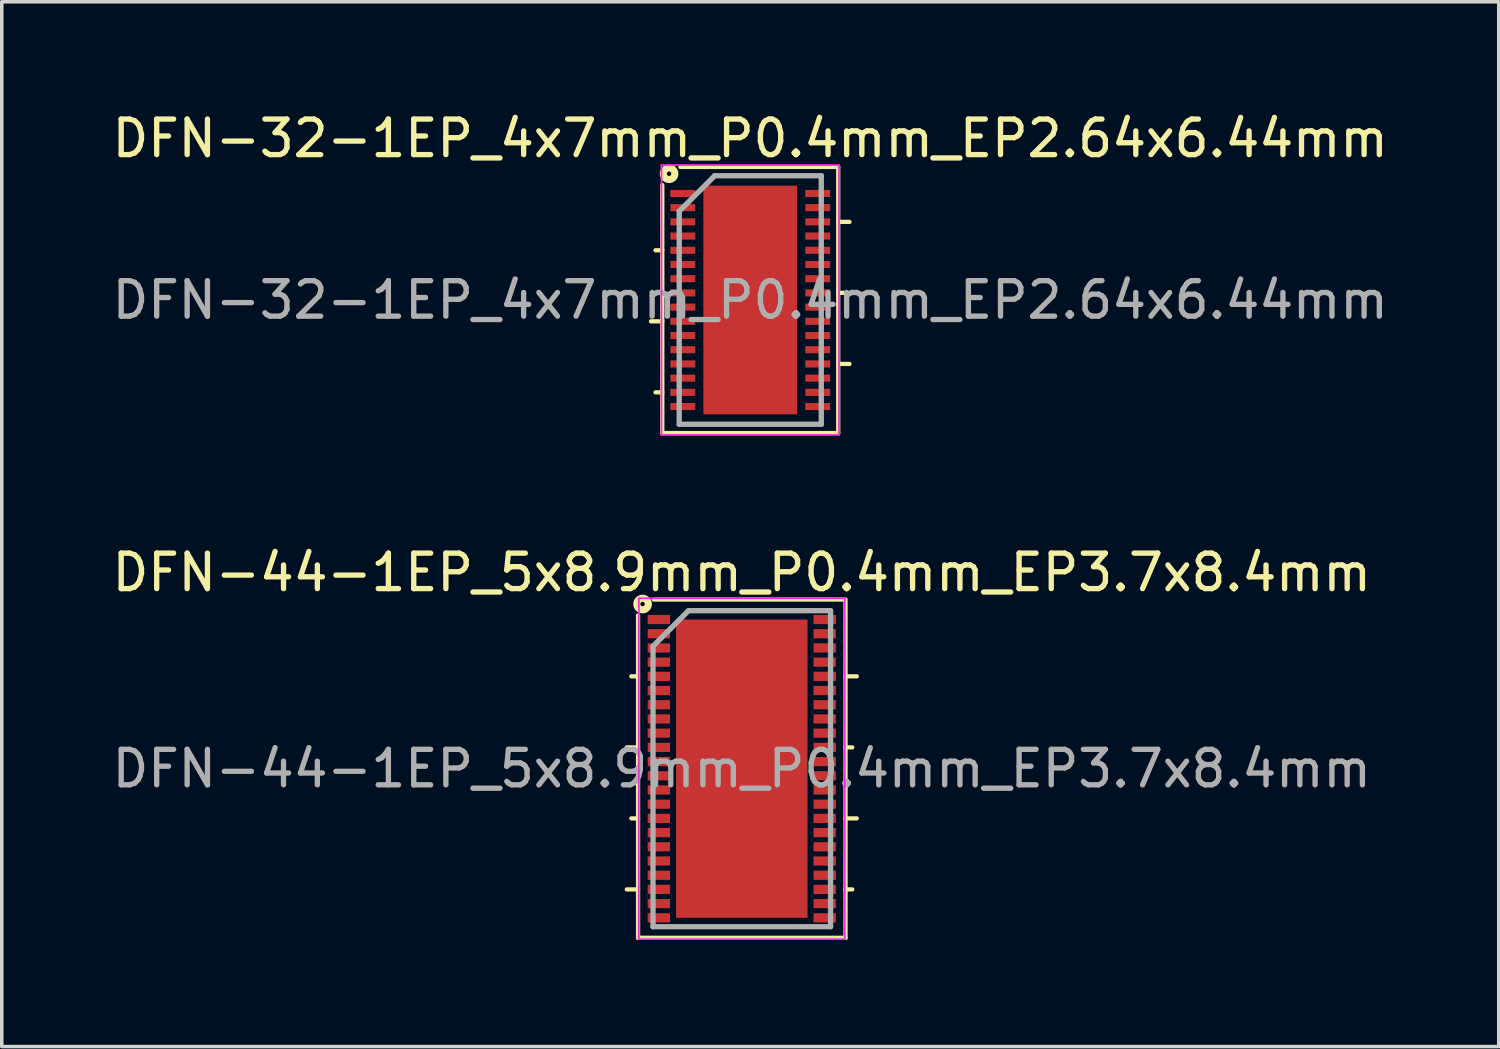
<source format=kicad_pcb>
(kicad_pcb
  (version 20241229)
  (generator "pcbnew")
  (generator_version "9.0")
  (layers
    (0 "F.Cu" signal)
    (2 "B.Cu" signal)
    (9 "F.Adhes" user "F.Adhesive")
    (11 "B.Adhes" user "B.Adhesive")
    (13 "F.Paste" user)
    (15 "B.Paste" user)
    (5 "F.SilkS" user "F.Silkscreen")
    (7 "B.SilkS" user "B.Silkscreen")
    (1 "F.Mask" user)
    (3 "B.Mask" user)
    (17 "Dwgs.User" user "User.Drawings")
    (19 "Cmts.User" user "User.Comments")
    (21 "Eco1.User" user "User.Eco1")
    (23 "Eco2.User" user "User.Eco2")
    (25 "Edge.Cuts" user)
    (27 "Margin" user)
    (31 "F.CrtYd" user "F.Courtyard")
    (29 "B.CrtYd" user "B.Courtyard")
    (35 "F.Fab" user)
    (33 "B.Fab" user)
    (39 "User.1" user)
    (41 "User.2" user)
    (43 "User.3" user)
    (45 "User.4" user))
  (footprint "DFN-44-1EP_5x8.9mm_P0.4mm_EP3.7x8.4mm"
    (layer "F.Cu")
    (at 17.839 18.596)
    (property "Reference" "DFN-44-1EP_5x8.9mm_P0.4mm_EP3.7x8.4mm" (at 0 -5.525 0) (layer "F.SilkS") (effects (font (size 1 1) (thickness 0.15))))
    (attr smd)
    (fp_line (start -2.921 -2.6) (end -3.111 -2.6) (stroke (width 0.12) (type solid)) (layer "F.SilkS"))
    (fp_line (start -2.921 -0.6) (end -3.239 -0.6) (stroke (width 0.12) (type solid)) (layer "F.SilkS"))
    (fp_line (start -2.921 1.4) (end -3.111 1.4) (stroke (width 0.12) (type solid)) (layer "F.SilkS"))
    (fp_line (start -2.921 3.4) (end -3.239 3.4) (stroke (width 0.12) (type solid)) (layer "F.SilkS"))
    (fp_line (start -2.921 4.763) (end -2.921 -4.318) (stroke (width 0.12) (type solid)) (layer "F.SilkS"))
    (fp_line (start -2.857 4.763) (end -2.921 4.763) (stroke (width 0.12) (type solid)) (layer "F.SilkS"))
    (fp_line (start -2.477 -4.763) (end 2.857 -4.763) (stroke (width 0.12) (type solid)) (layer "F.SilkS"))
    (fp_line (start 2.921 -4.763) (end 2.921 4.763) (stroke (width 0.12) (type solid)) (layer "F.SilkS"))
    (fp_line (start 2.921 -2.6) (end 3.239 -2.6) (stroke (width 0.12) (type solid)) (layer "F.SilkS"))
    (fp_line (start 2.921 -0.6) (end 3.111 -0.6) (stroke (width 0.12) (type solid)) (layer "F.SilkS"))
    (fp_line (start 2.921 1.4) (end 3.239 1.4) (stroke (width 0.12) (type solid)) (layer "F.SilkS"))
    (fp_line (start 2.921 3.4) (end 3.111 3.4) (stroke (width 0.12) (type solid)) (layer "F.SilkS"))
    (fp_line (start 2.921 4.763) (end -2.857 4.763) (stroke (width 0.12) (type solid)) (layer "F.SilkS"))
    (fp_circle (center -2.794 -4.636) (end -2.731 -4.636) (stroke (width 0.2) (type solid)) (fill no) (layer "F.SilkS"))
    (fp_line (start -2.9 -4.8) (end -2.9 4.8) (stroke (width 0.05) (type solid)) (layer "F.CrtYd"))
    (fp_line (start -2.9 -4.8) (end 2.9 -4.8) (stroke (width 0.05) (type solid)) (layer "F.CrtYd"))
    (fp_line (start -2.9 4.8) (end 2.9 4.8) (stroke (width 0.05) (type solid)) (layer "F.CrtYd"))
    (fp_line (start 2.9 -4.8) (end 2.9 4.8) (stroke (width 0.05) (type solid)) (layer "F.CrtYd"))
    (fp_line (start -2.5 -3.45) (end -1.5 -4.45) (stroke (width 0.15) (type solid)) (layer "F.Fab"))
    (fp_line (start -2.5 4.45) (end -2.5 -3.45) (stroke (width 0.15) (type solid)) (layer "F.Fab"))
    (fp_line (start -1.5 -4.45) (end 2.5 -4.45) (stroke (width 0.15) (type solid)) (layer "F.Fab"))
    (fp_line (start 2.5 -4.45) (end 2.5 4.45) (stroke (width 0.15) (type solid)) (layer "F.Fab"))
    (fp_line (start 2.5 4.45) (end -2.5 4.45) (stroke (width 0.15) (type solid)) (layer "F.Fab"))
    (fp_text user "${REFERENCE}" (at 0 0 0) (layer "F.Fab") (effects (font (size 1 1) (thickness 0.15))))
    (pad "" smd rect (at -1.2 -3.5) (size 0.98 1.15) (layers "F.Paste"))
    (pad "" smd rect (at -1.2 -2.1) (size 0.98 1.15) (layers "F.Paste"))
    (pad "" smd rect (at -1.2 -0.7) (size 0.98 1.15) (layers "F.Paste"))
    (pad "" smd rect (at -1.2 0.7) (size 0.98 1.15) (layers "F.Paste"))
    (pad "" smd rect (at -1.2 2.1) (size 0.98 1.15) (layers "F.Paste"))
    (pad "" smd rect (at -1.2 3.5) (size 0.98 1.15) (layers "F.Paste"))
    (pad "" smd rect (at 0 -3.5) (size 0.98 1.15) (layers "F.Paste"))
    (pad "" smd rect (at 0 -2.1) (size 0.98 1.15) (layers "F.Paste"))
    (pad "" smd rect (at 0 -0.7) (size 0.98 1.15) (layers "F.Paste"))
    (pad "" smd rect (at 0 0.7) (size 0.98 1.15) (layers "F.Paste"))
    (pad "" smd rect (at 0 2.1) (size 0.98 1.15) (layers "F.Paste"))
    (pad "" smd rect (at 0 3.5) (size 0.98 1.15) (layers "F.Paste"))
    (pad "" smd rect (at 1.2 -3.5) (size 0.98 1.15) (layers "F.Paste"))
    (pad "" smd rect (at 1.2 -2.1) (size 0.98 1.15) (layers "F.Paste"))
    (pad "" smd rect (at 1.2 -0.7) (size 0.98 1.15) (layers "F.Paste"))
    (pad "" smd rect (at 1.2 0.7) (size 0.98 1.15) (layers "F.Paste"))
    (pad "" smd rect (at 1.2 2.1) (size 0.98 1.15) (layers "F.Paste"))
    (pad "" smd rect (at 1.2 3.5) (size 0.98 1.15) (layers "F.Paste"))
    (pad "1" smd rect (at -2.335 -4.2) (size 0.63 0.26) (layers "F.Cu" "F.Mask" "F.Paste"))
    (pad "2" smd rect (at -2.335 -3.8) (size 0.63 0.26) (layers "F.Cu" "F.Mask" "F.Paste"))
    (pad "3" smd rect (at -2.335 -3.4) (size 0.63 0.26) (layers "F.Cu" "F.Mask" "F.Paste"))
    (pad "4" smd rect (at -2.335 -3) (size 0.63 0.26) (layers "F.Cu" "F.Mask" "F.Paste"))
    (pad "5" smd rect (at -2.335 -2.6) (size 0.63 0.26) (layers "F.Cu" "F.Mask" "F.Paste"))
    (pad "6" smd rect (at -2.335 -2.2) (size 0.63 0.26) (layers "F.Cu" "F.Mask" "F.Paste"))
    (pad "7" smd rect (at -2.335 -1.8) (size 0.63 0.26) (layers "F.Cu" "F.Mask" "F.Paste"))
    (pad "8" smd rect (at -2.335 -1.4) (size 0.63 0.26) (layers "F.Cu" "F.Mask" "F.Paste"))
    (pad "9" smd rect (at -2.335 -1) (size 0.63 0.26) (layers "F.Cu" "F.Mask" "F.Paste"))
    (pad "10" smd rect (at -2.335 -0.6) (size 0.63 0.26) (layers "F.Cu" "F.Mask" "F.Paste"))
    (pad "11" smd rect (at -2.335 -0.2) (size 0.63 0.26) (layers "F.Cu" "F.Mask" "F.Paste"))
    (pad "12" smd rect (at -2.335 0.2) (size 0.63 0.26) (layers "F.Cu" "F.Mask" "F.Paste"))
    (pad "13" smd rect (at -2.335 0.6) (size 0.63 0.26) (layers "F.Cu" "F.Mask" "F.Paste"))
    (pad "14" smd rect (at -2.335 1) (size 0.63 0.26) (layers "F.Cu" "F.Mask" "F.Paste"))
    (pad "15" smd rect (at -2.335 1.4) (size 0.63 0.26) (layers "F.Cu" "F.Mask" "F.Paste"))
    (pad "16" smd rect (at -2.335 1.8) (size 0.63 0.26) (layers "F.Cu" "F.Mask" "F.Paste"))
    (pad "17" smd rect (at -2.335 2.2) (size 0.63 0.26) (layers "F.Cu" "F.Mask" "F.Paste"))
    (pad "18" smd rect (at -2.335 2.6) (size 0.63 0.26) (layers "F.Cu" "F.Mask" "F.Paste"))
    (pad "19" smd rect (at -2.335 3) (size 0.63 0.26) (layers "F.Cu" "F.Mask" "F.Paste"))
    (pad "20" smd rect (at -2.335 3.4) (size 0.63 0.26) (layers "F.Cu" "F.Mask" "F.Paste"))
    (pad "21" smd rect (at -2.335 3.8) (size 0.63 0.26) (layers "F.Cu" "F.Mask" "F.Paste"))
    (pad "22" smd rect (at -2.335 4.2) (size 0.63 0.26) (layers "F.Cu" "F.Mask" "F.Paste"))
    (pad "23" smd rect (at 2.335 4.2) (size 0.63 0.26) (layers "F.Cu" "F.Mask" "F.Paste"))
    (pad "24" smd rect (at 2.335 3.8) (size 0.63 0.26) (layers "F.Cu" "F.Mask" "F.Paste"))
    (pad "25" smd rect (at 2.335 3.4) (size 0.63 0.26) (layers "F.Cu" "F.Mask" "F.Paste"))
    (pad "26" smd rect (at 2.335 3) (size 0.63 0.26) (layers "F.Cu" "F.Mask" "F.Paste"))
    (pad "27" smd rect (at 2.335 2.6) (size 0.63 0.26) (layers "F.Cu" "F.Mask" "F.Paste"))
    (pad "28" smd rect (at 2.335 2.2) (size 0.63 0.26) (layers "F.Cu" "F.Mask" "F.Paste"))
    (pad "29" smd rect (at 2.335 1.8) (size 0.63 0.26) (layers "F.Cu" "F.Mask" "F.Paste"))
    (pad "30" smd rect (at 2.335 1.4) (size 0.63 0.26) (layers "F.Cu" "F.Mask" "F.Paste"))
    (pad "31" smd rect (at 2.335 1) (size 0.63 0.26) (layers "F.Cu" "F.Mask" "F.Paste"))
    (pad "32" smd rect (at 2.335 0.6) (size 0.63 0.26) (layers "F.Cu" "F.Mask" "F.Paste"))
    (pad "33" smd rect (at 2.335 0.2) (size 0.63 0.26) (layers "F.Cu" "F.Mask" "F.Paste"))
    (pad "34" smd rect (at 2.335 -0.2) (size 0.63 0.26) (layers "F.Cu" "F.Mask" "F.Paste"))
    (pad "35" smd rect (at 2.335 -0.6) (size 0.63 0.26) (layers "F.Cu" "F.Mask" "F.Paste"))
    (pad "36" smd rect (at 2.335 -1) (size 0.63 0.26) (layers "F.Cu" "F.Mask" "F.Paste"))
    (pad "37" smd rect (at 2.335 -1.4) (size 0.63 0.26) (layers "F.Cu" "F.Mask" "F.Paste"))
    (pad "38" smd rect (at 2.335 -1.8) (size 0.63 0.26) (layers "F.Cu" "F.Mask" "F.Paste"))
    (pad "39" smd rect (at 2.335 -2.2) (size 0.63 0.26) (layers "F.Cu" "F.Mask" "F.Paste"))
    (pad "40" smd rect (at 2.335 -2.6) (size 0.63 0.26) (layers "F.Cu" "F.Mask" "F.Paste"))
    (pad "41" smd rect (at 2.335 -3) (size 0.63 0.26) (layers "F.Cu" "F.Mask" "F.Paste"))
    (pad "42" smd rect (at 2.335 -3.4) (size 0.63 0.26) (layers "F.Cu" "F.Mask" "F.Paste"))
    (pad "43" smd rect (at 2.335 -3.8) (size 0.63 0.26) (layers "F.Cu" "F.Mask" "F.Paste"))
    (pad "44" smd rect (at 2.335 -4.2) (size 0.63 0.26) (layers "F.Cu" "F.Mask" "F.Paste"))
    (pad "45" smd rect (at 0 0) (size 3.7 8.4) (layers "F.Cu" "F.Mask")))
  (footprint "DFN-32-1EP_4x7mm_P0.4mm_EP2.64x6.44mm"
    (layer "F.Cu")
    (at 18.077 5.398)
    (property "Reference" "DFN-32-1EP_4x7mm_P0.4mm_EP2.64x6.44mm" (at 0 -4.55 0) (layer "F.SilkS") (effects (font (size 1 1) (thickness 0.15))))
    (attr smd)
    (fp_line (start -2.667 -1.4) (end -2.477 -1.4) (stroke (width 0.12) (type solid)) (layer "F.SilkS"))
    (fp_line (start -2.477 0.6) (end -2.794 0.6) (stroke (width 0.12) (type solid)) (layer "F.SilkS"))
    (fp_line (start -2.477 2.6) (end -2.667 2.6) (stroke (width 0.12) (type solid)) (layer "F.SilkS"))
    (fp_line (start -2.477 3.747) (end -2.477 -3.239) (stroke (width 0.12) (type solid)) (layer "F.SilkS"))
    (fp_line (start -1.968 -3.747) (end 2.477 -3.747) (stroke (width 0.12) (type solid)) (layer "F.SilkS"))
    (fp_line (start 2.477 -3.747) (end 2.477 3.747) (stroke (width 0.12) (type solid)) (layer "F.SilkS"))
    (fp_line (start 2.477 -2.2) (end 2.794 -2.2) (stroke (width 0.12) (type solid)) (layer "F.SilkS"))
    (fp_line (start 2.477 -0.2) (end 2.667 -0.2) (stroke (width 0.12) (type solid)) (layer "F.SilkS"))
    (fp_line (start 2.477 1.8) (end 2.794 1.8) (stroke (width 0.12) (type solid)) (layer "F.SilkS"))
    (fp_line (start 2.477 3.747) (end -2.477 3.747) (stroke (width 0.12) (type solid)) (layer "F.SilkS"))
    (fp_circle (center -2.286 -3.556) (end -2.223 -3.556) (stroke (width 0.2) (type solid)) (fill no) (layer "F.SilkS"))
    (fp_line (start -2.5 -3.8) (end -2.5 3.8) (stroke (width 0.05) (type solid)) (layer "F.CrtYd"))
    (fp_line (start -2.5 -3.8) (end 2.5 -3.8) (stroke (width 0.05) (type solid)) (layer "F.CrtYd"))
    (fp_line (start -2.5 3.8) (end 2.5 3.8) (stroke (width 0.05) (type solid)) (layer "F.CrtYd"))
    (fp_line (start 2.5 -3.8) (end 2.5 3.8) (stroke (width 0.05) (type solid)) (layer "F.CrtYd"))
    (fp_line (start -2 -2.5) (end -1 -3.5) (stroke (width 0.15) (type solid)) (layer "F.Fab"))
    (fp_line (start -2 3.5) (end -2 -2.5) (stroke (width 0.15) (type solid)) (layer "F.Fab"))
    (fp_line (start -1 -3.5) (end 2 -3.5) (stroke (width 0.15) (type solid)) (layer "F.Fab"))
    (fp_line (start 2 -3.5) (end 2 3.5) (stroke (width 0.15) (type solid)) (layer "F.Fab"))
    (fp_line (start 2 3.5) (end -2 3.5) (stroke (width 0.15) (type solid)) (layer "F.Fab"))
    (fp_text user "${REFERENCE}" (at 0 0 0) (layer "F.Fab") (effects (font (size 1 1) (thickness 0.15))))
    (pad "" smd rect (at -0.66 -2.56) (size 1.05 1.05) (layers "F.Paste"))
    (pad "" smd rect (at -0.66 -1.28) (size 1.05 1.05) (layers "F.Paste"))
    (pad "" smd rect (at -0.66 0) (size 1.05 1.05) (layers "F.Paste"))
    (pad "" smd rect (at -0.66 1.28) (size 1.05 1.05) (layers "F.Paste"))
    (pad "" smd rect (at -0.66 2.56) (size 1.05 1.05) (layers "F.Paste"))
    (pad "" smd rect (at 0.66 -2.56) (size 1.05 1.05) (layers "F.Paste"))
    (pad "" smd rect (at 0.66 -1.28) (size 1.05 1.05) (layers "F.Paste"))
    (pad "" smd rect (at 0.66 0) (size 1.05 1.05) (layers "F.Paste"))
    (pad "" smd rect (at 0.66 1.28) (size 1.05 1.05) (layers "F.Paste"))
    (pad "" smd rect (at 0.66 2.56) (size 1.05 1.05) (layers "F.Paste"))
    (pad "1" smd rect (at -1.9 -3) (size 0.7 0.2) (layers "F.Cu" "F.Mask" "F.Paste"))
    (pad "2" smd rect (at -1.9 -2.6) (size 0.7 0.2) (layers "F.Cu" "F.Mask" "F.Paste"))
    (pad "3" smd rect (at -1.9 -2.2) (size 0.7 0.2) (layers "F.Cu" "F.Mask" "F.Paste"))
    (pad "4" smd rect (at -1.9 -1.8) (size 0.7 0.2) (layers "F.Cu" "F.Mask" "F.Paste"))
    (pad "5" smd rect (at -1.9 -1.4) (size 0.7 0.2) (layers "F.Cu" "F.Mask" "F.Paste"))
    (pad "6" smd rect (at -1.9 -1) (size 0.7 0.2) (layers "F.Cu" "F.Mask" "F.Paste"))
    (pad "7" smd rect (at -1.9 -0.6) (size 0.7 0.2) (layers "F.Cu" "F.Mask" "F.Paste"))
    (pad "8" smd rect (at -1.9 -0.2) (size 0.7 0.2) (layers "F.Cu" "F.Mask" "F.Paste"))
    (pad "9" smd rect (at -1.9 0.2) (size 0.7 0.2) (layers "F.Cu" "F.Mask" "F.Paste"))
    (pad "10" smd rect (at -1.9 0.6) (size 0.7 0.2) (layers "F.Cu" "F.Mask" "F.Paste"))
    (pad "11" smd rect (at -1.9 1) (size 0.7 0.2) (layers "F.Cu" "F.Mask" "F.Paste"))
    (pad "12" smd rect (at -1.9 1.4) (size 0.7 0.2) (layers "F.Cu" "F.Mask" "F.Paste"))
    (pad "13" smd rect (at -1.9 1.8) (size 0.7 0.2) (layers "F.Cu" "F.Mask" "F.Paste"))
    (pad "14" smd rect (at -1.9 2.2) (size 0.7 0.2) (layers "F.Cu" "F.Mask" "F.Paste"))
    (pad "15" smd rect (at -1.9 2.6) (size 0.7 0.2) (layers "F.Cu" "F.Mask" "F.Paste"))
    (pad "16" smd rect (at -1.9 3) (size 0.7 0.2) (layers "F.Cu" "F.Mask" "F.Paste"))
    (pad "17" smd rect (at 1.9 3) (size 0.7 0.2) (layers "F.Cu" "F.Mask" "F.Paste"))
    (pad "18" smd rect (at 1.9 2.6) (size 0.7 0.2) (layers "F.Cu" "F.Mask" "F.Paste"))
    (pad "19" smd rect (at 1.9 2.2) (size 0.7 0.2) (layers "F.Cu" "F.Mask" "F.Paste"))
    (pad "20" smd rect (at 1.9 1.8) (size 0.7 0.2) (layers "F.Cu" "F.Mask" "F.Paste"))
    (pad "21" smd rect (at 1.9 1.4) (size 0.7 0.2) (layers "F.Cu" "F.Mask" "F.Paste"))
    (pad "22" smd rect (at 1.9 1) (size 0.7 0.2) (layers "F.Cu" "F.Mask" "F.Paste"))
    (pad "23" smd rect (at 1.9 0.6) (size 0.7 0.2) (layers "F.Cu" "F.Mask" "F.Paste"))
    (pad "24" smd rect (at 1.9 0.2) (size 0.7 0.2) (layers "F.Cu" "F.Mask" "F.Paste"))
    (pad "25" smd rect (at 1.9 -0.2) (size 0.7 0.2) (layers "F.Cu" "F.Mask" "F.Paste"))
    (pad "26" smd rect (at 1.9 -0.6) (size 0.7 0.2) (layers "F.Cu" "F.Mask" "F.Paste"))
    (pad "27" smd rect (at 1.9 -1) (size 0.7 0.2) (layers "F.Cu" "F.Mask" "F.Paste"))
    (pad "28" smd rect (at 1.9 -1.4) (size 0.7 0.2) (layers "F.Cu" "F.Mask" "F.Paste"))
    (pad "29" smd rect (at 1.9 -1.8) (size 0.7 0.2) (layers "F.Cu" "F.Mask" "F.Paste"))
    (pad "30" smd rect (at 1.9 -2.2) (size 0.7 0.2) (layers "F.Cu" "F.Mask" "F.Paste"))
    (pad "31" smd rect (at 1.9 -2.6) (size 0.7 0.2) (layers "F.Cu" "F.Mask" "F.Paste"))
    (pad "32" smd rect (at 1.9 -3) (size 0.7 0.2) (layers "F.Cu" "F.Mask" "F.Paste"))
    (pad "33" smd rect (at 0 0) (size 2.64 6.44) (layers "F.Cu" "F.Mask")))
  (gr_rect
    (start -3 -3)
    (end 39.155 26.422)
    (stroke (width 0.1) (type default))
    (fill no)
    (layer "Edge.Cuts")))
</source>
